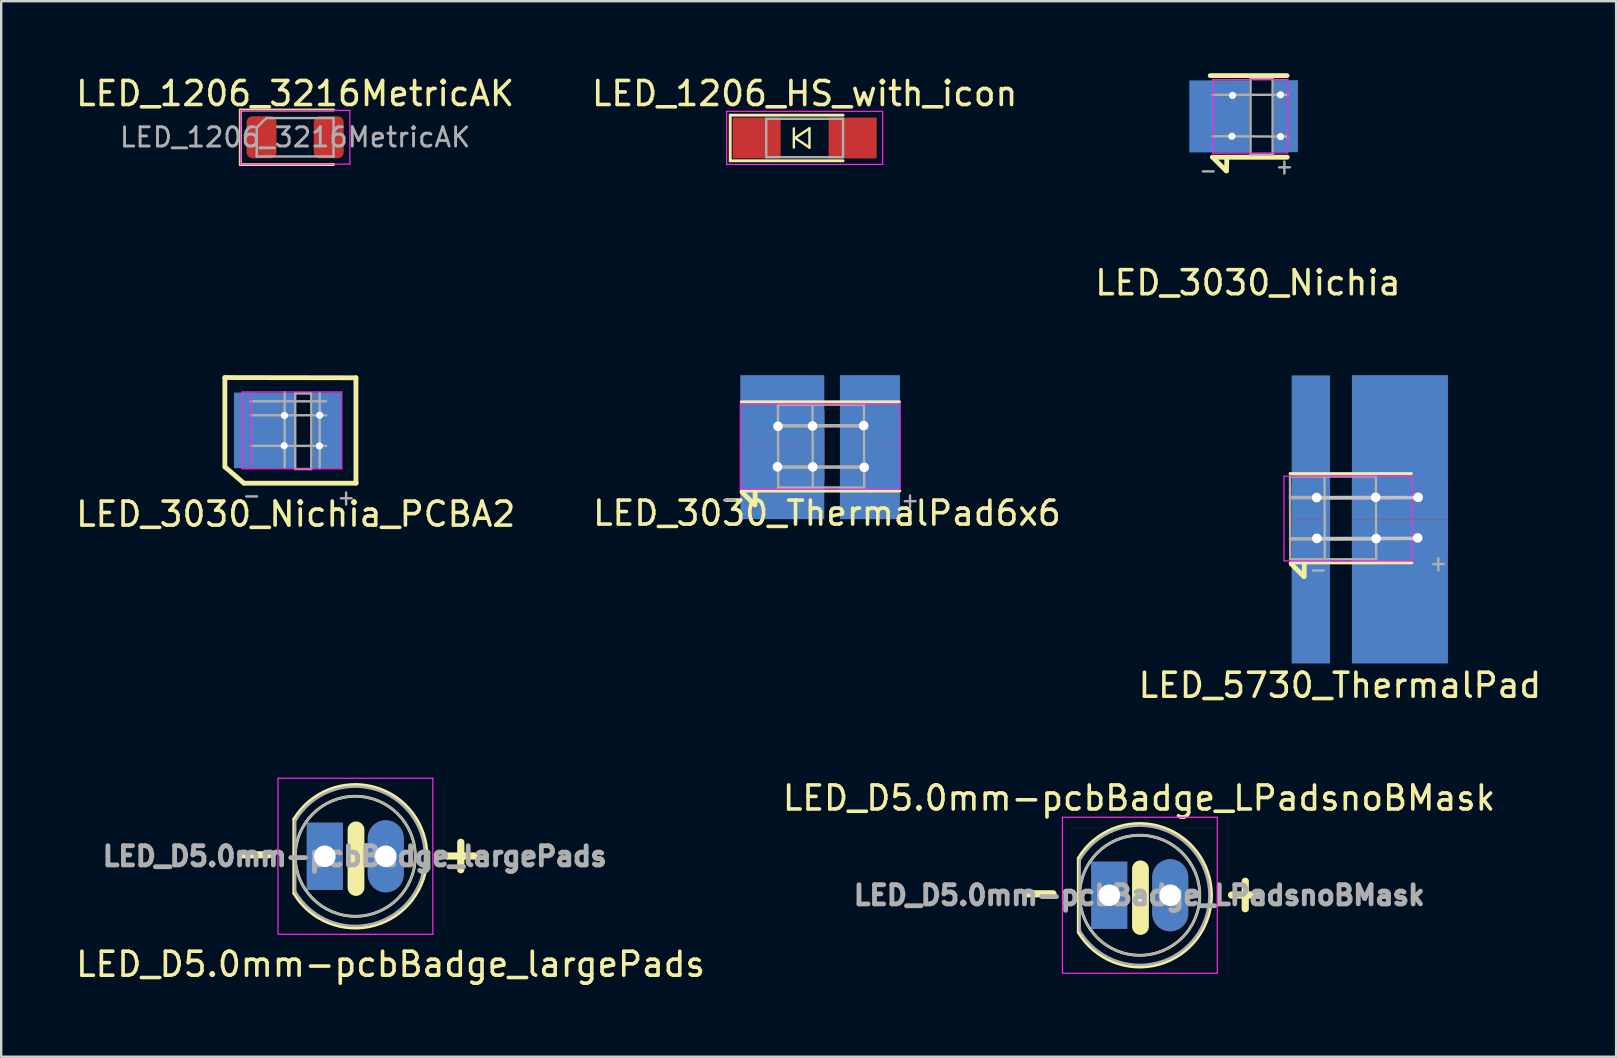
<source format=kicad_pcb>
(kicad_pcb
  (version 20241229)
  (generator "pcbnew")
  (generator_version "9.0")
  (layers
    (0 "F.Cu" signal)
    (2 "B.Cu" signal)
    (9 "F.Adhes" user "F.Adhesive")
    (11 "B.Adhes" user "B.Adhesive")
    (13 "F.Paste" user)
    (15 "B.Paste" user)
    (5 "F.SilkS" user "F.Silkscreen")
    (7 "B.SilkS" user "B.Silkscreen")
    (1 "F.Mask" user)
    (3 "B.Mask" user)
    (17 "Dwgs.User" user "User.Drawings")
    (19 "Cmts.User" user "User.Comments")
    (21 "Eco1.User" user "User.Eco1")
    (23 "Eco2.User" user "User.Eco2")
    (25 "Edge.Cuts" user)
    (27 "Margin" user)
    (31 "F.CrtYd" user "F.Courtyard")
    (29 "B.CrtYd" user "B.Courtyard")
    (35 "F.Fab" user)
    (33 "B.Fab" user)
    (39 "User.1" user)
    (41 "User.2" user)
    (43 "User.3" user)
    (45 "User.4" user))
  (footprint "LED_3030_Nichia_PCBA2"
    (layer "F.Cu")
    (at 8.848 14.898)
    (property "Reference" "LED_3030_Nichia_PCBA2" (at 0.42 3.47 0) (layer "F.SilkS") (effects (font (size 1 1) (thickness 0.15))))
    (attr smd)
    (fp_line (start -2.53 -2.22) (end -2.53 1.5) (stroke (width 0.2) (type solid)) (layer "F.SilkS"))
    (fp_line (start -1.74 2.18) (end -2.52 1.51) (stroke (width 0.2) (type solid)) (layer "F.SilkS"))
    (fp_line (start 2.93 -2.21) (end -2.53 -2.22) (stroke (width 0.2) (type solid)) (layer "F.SilkS"))
    (fp_line (start 2.93 -2.21) (end 2.93 2.18) (stroke (width 0.2) (type solid)) (layer "F.SilkS"))
    (fp_line (start 2.94 2.18) (end -1.73 2.18) (stroke (width 0.2) (type solid)) (layer "F.SilkS"))
    (fp_line (start -1.81 -1.62) (end -1.81 1.58) (stroke (width 0.05) (type solid)) (layer "F.CrtYd"))
    (fp_line (start -1.81 -1.62) (end 2.34 -1.62) (stroke (width 0.05) (type solid)) (layer "F.CrtYd"))
    (fp_line (start -1.81 1.58) (end 2.34 1.58) (stroke (width 0.05) (type solid)) (layer "F.CrtYd"))
    (fp_line (start -1.43 -1.53) (end -1.43 1.53) (stroke (width 0.05) (type solid)) (layer "F.CrtYd"))
    (fp_line (start 2.34 -1.62) (end 2.34 1.58) (stroke (width 0.05) (type solid)) (layer "F.CrtYd"))
    (fp_line (start -1.46 -1.23) (end 1.68 -1.23) (stroke (width 0.1) (type solid)) (layer "F.Fab"))
    (fp_line (start -1.45 -0.65) (end 1.69 -0.65) (stroke (width 0.1) (type solid)) (layer "F.Fab"))
    (fp_line (start -1.45 0.625) (end 1.69 0.625) (stroke (width 0.1) (type solid)) (layer "F.Fab"))
    (fp_line (start -1.19 2.73) (end -1.64 2.73) (stroke (width 0.1) (type solid)) (layer "F.Fab"))
    (fp_line (start -0.04 1.53) (end -0.04 -1.61) (stroke (width 0.1) (type solid)) (layer "F.Fab"))
    (fp_line (start 0.4 -1.56) (end 1.07 -1.56) (stroke (width 0.1) (type solid)) (layer "F.Fab"))
    (fp_line (start 0.4 1.59) (end 0.4 -1.56) (stroke (width 0.1) (type solid)) (layer "F.Fab"))
    (fp_line (start 1.07 -1.56) (end 1.07 1.59) (stroke (width 0.1) (type solid)) (layer "F.Fab"))
    (fp_line (start 1.07 1.59) (end 0.4 1.59) (stroke (width 0.1) (type solid)) (layer "F.Fab"))
    (fp_line (start 1.42 1.55) (end 1.42 -1.59) (stroke (width 0.1) (type solid)) (layer "F.Fab"))
    (fp_line (start 2.52 3.07) (end 2.52 2.57) (stroke (width 0.1) (type solid)) (layer "F.Fab"))
    (fp_line (start 2.75 2.81) (end 2.3 2.81) (stroke (width 0.1) (type solid)) (layer "F.Fab"))
    (pad "1" smd rect (at -1.49 -0.02 180) (size 0.6 3.15) (layers "F.Cu" "F.Mask" "F.Paste"))
    (pad "1" smd rect (at -0.9 -0.02) (size 2.5 3.15) (layers "B.Cu" "B.Mask" "B.Paste"))
    (pad "1" smd rect (at -0.42 -0.03 180) (size 1.55 2.3) (layers "F.Cu" "F.Mask" "F.Paste"))
    (pad "1" thru_hole circle (at -0.06 0.62) (size 0.4 0.4) (drill 0.3) (layers "*.Cu" "*.Mask"))
    (pad "1" thru_hole circle (at -0.05 -0.64) (size 0.4 0.4) (drill 0.3) (layers "*.Cu" "*.Mask"))
    (pad "2" thru_hole circle (at 1.41 0.63) (size 0.4 0.4) (drill 0.3) (layers "*.Cu" "*.Mask"))
    (pad "2" thru_hole circle (at 1.42 -0.65) (size 0.4 0.4) (drill 0.3) (layers "*.Cu" "*.Mask"))
    (pad "2" smd rect (at 1.42 -0.03 180) (size 0.6 2.3) (layers "F.Cu" "F.Mask" "F.Paste"))
    (pad "2" smd rect (at 1.72 -0.02) (size 1.2 3.15) (layers "B.Cu" "B.Mask" "B.Paste"))
    (pad "2" smd rect (at 2.02 -0.02 180) (size 0.6 3.15) (layers "F.Cu" "F.Mask" "F.Paste")))
  (footprint "LED_D5.0mm-pcbBadge_largePads"
    (layer "F.Cu")
    (at 10.48 32.621)
    (property "Reference" "LED_D5.0mm-pcbBadge_largePads" (at 2.74 4.5 0) (layer "F.SilkS") (effects (font (size 1 1) (thickness 0.15))))
    (attr through_hole)
    (fp_line (start -1.29 -1.545) (end -1.29 1.545) (stroke (width 0.12) (type solid)) (layer "F.SilkS"))
    (fp_line (start 1.3 -1.1) (end 1.3 1.3) (stroke (width 0.7) (type default)) (layer "F.SilkS"))
    (fp_arc (start -1.29 -1.54483) (mid 2.072002 -2.880433) (end 4.26 0.000462) (stroke (width 0.12) (type solid)) (layer "F.SilkS"))
    (fp_arc (start 4.26 -0.000462) (mid 2.072002 2.880433) (end -1.29 1.54483) (stroke (width 0.12) (type solid)) (layer "F.SilkS"))
    (fp_circle (center 1.27 0) (end 3.77 0) (stroke (width 0.12) (type solid)) (fill no) (layer "F.SilkS"))
    (fp_line (start -1.95 -3.25) (end -1.95 3.25) (stroke (width 0.05) (type solid)) (layer "F.CrtYd"))
    (fp_line (start -1.95 3.25) (end 4.5 3.25) (stroke (width 0.05) (type solid)) (layer "F.CrtYd"))
    (fp_line (start 4.5 -3.25) (end -1.95 -3.25) (stroke (width 0.05) (type solid)) (layer "F.CrtYd"))
    (fp_line (start 4.5 3.25) (end 4.5 -3.25) (stroke (width 0.05) (type solid)) (layer "F.CrtYd"))
    (fp_line (start -1.23 -1.47) (end -1.23 1.47) (stroke (width 0.1) (type solid)) (layer "F.Fab"))
    (fp_arc (start -1.23 -1.469694) (mid 4.17 0.000016) (end -1.230016 1.469666) (stroke (width 0.1) (type solid)) (layer "F.Fab"))
    (fp_circle (center 1.27 0) (end 3.77 0) (stroke (width 0.1) (type solid)) (fill no) (layer "F.Fab"))
    (fp_text user "+" (at 4.54 0.76 0) (unlocked yes) (layer "F.SilkS") (effects (font (size 1.5 1.5) (thickness 0.3) (bold yes)) (justify left bottom)))
    (fp_text user "-" (at -4.04 0.71 0) (unlocked yes) (layer "F.SilkS") (effects (font (size 1.5 1.5) (thickness 0.3) (bold yes)) (justify left bottom)))
    (fp_text user "${REFERENCE}" (at 1.25 0 0) (layer "F.Fab") (effects (font (size 0.8 0.8) (thickness 0.2))))
    (pad "1" thru_hole rect (at 0 0) (size 1.5 2.8) (drill 0.9) (layers "*.Cu" "*.Mask"))
    (pad "2" thru_hole oval (at 2.54 0) (size 1.5 3) (drill 0.9) (layers "*.Cu" "*.Mask")))
  (footprint "LED_5730_ThermalPad"
    (layer "F.Cu")
    (at 52.728 18.568)
    (property "Reference" "LED_5730_ThermalPad" (at 0.04 6.93 0) (layer "F.SilkS") (effects (font (size 1 1) (thickness 0.15))))
    (attr smd)
    (fp_line (start -1.46 2.4) (end -1.99 1.87) (stroke (width 0.2) (type solid)) (layer "F.SilkS"))
    (fp_line (start -1.44 1.87) (end -1.45 2.4) (stroke (width 0.2) (type solid)) (layer "F.SilkS"))
    (fp_line (start 3.02 -1.89) (end -2.04 -1.89) (stroke (width 0.12) (type solid)) (layer "F.SilkS"))
    (fp_line (start 3.04 1.83) (end -2.03 1.83) (stroke (width 0.12) (type solid)) (layer "F.SilkS"))
    (fp_line (start -0.92 -0.88) (end 3.34 -0.89) (stroke (width 0.15) (type solid)) (layer "Dwgs.User"))
    (fp_line (start -0.9 0.82) (end 3.36 0.81) (stroke (width 0.15) (type solid)) (layer "Dwgs.User"))
    (fp_line (start -2.29 -1.78) (end 3.05 -1.8) (stroke (width 0.05) (type solid)) (layer "F.CrtYd"))
    (fp_line (start -2.29 1.75) (end -2.29 -1.78) (stroke (width 0.05) (type solid)) (layer "F.CrtYd"))
    (fp_line (start -2.29 1.75) (end 3.05 1.75) (stroke (width 0.05) (type solid)) (layer "F.CrtYd"))
    (fp_line (start 3.05 -1.8) (end 3.05 1.75) (stroke (width 0.05) (type solid)) (layer "F.CrtYd"))
    (fp_line (start -2.04 -1.77) (end 1.54 -1.77) (stroke (width 0.1) (type solid)) (layer "F.Fab"))
    (fp_line (start -2.03 1.67) (end -2.04 -1.77) (stroke (width 0.1) (type solid)) (layer "F.Fab"))
    (fp_line (start -2.02 -0.89) (end 1.54 -0.89) (stroke (width 0.15) (type solid)) (layer "F.Fab"))
    (fp_line (start -2.02 0.83) (end 1.54 0.83) (stroke (width 0.15) (type solid)) (layer "F.Fab"))
    (fp_line (start -0.63 2.15) (end -1.08 2.15) (stroke (width 0.1) (type solid)) (layer "F.Fab"))
    (fp_line (start -0.59 1.68) (end -0.6 -1.76) (stroke (width 0.1) (type solid)) (layer "F.Fab"))
    (fp_line (start 1.54 -1.76) (end 1.55 1.68) (stroke (width 0.1) (type solid)) (layer "F.Fab"))
    (fp_line (start 1.55 1.68) (end -2.04 1.68) (stroke (width 0.1) (type solid)) (layer "F.Fab"))
    (fp_line (start 4.14 2.14) (end 4.14 1.64) (stroke (width 0.1) (type solid)) (layer "F.Fab"))
    (fp_line (start 4.37 1.88) (end 3.92 1.88) (stroke (width 0.1) (type solid)) (layer "F.Fab"))
    (pad "1" smd rect (at -1.17 -2.98) (size 1.6 6) (layers "B.Cu" "B.Mask" "B.Paste"))
    (pad "1" smd rect (at -1.17 0.01 180) (size 1.6 3) (layers "F.Cu" "F.Mask" "F.Paste"))
    (pad "1" smd rect (at -1.17 3.02) (size 1.6 6) (layers "B.Cu" "B.Mask" "B.Paste"))
    (pad "1" thru_hole circle (at -0.93 -0.89) (size 0.8 0.8) (drill 0.4) (layers "*.Cu" "*.Mask"))
    (pad "1" thru_hole circle (at -0.92 0.81) (size 0.8 0.8) (drill 0.4) (layers "*.Cu" "*.Mask"))
    (pad "1" thru_hole circle (at 3.28 0.79) (size 0.8 0.8) (drill 0.4) (layers "*.Cu" "*.Mask"))
    (pad "1" thru_hole circle (at 3.3 -0.9) (size 0.8 0.8) (drill 0.4) (layers "*.Cu" "*.Mask"))
    (pad "2" thru_hole circle (at 1.53 -0.9) (size 0.8 0.8) (drill 0.4) (layers "*.Cu" "*.Mask"))
    (pad "2" thru_hole circle (at 1.55 0.82) (size 0.8 0.8) (drill 0.4) (layers "*.Cu" "*.Mask"))
    (pad "2" smd rect (at 2.54 -2.99) (size 4 6) (layers "B.Cu" "B.Mask" "B.Paste"))
    (pad "2" smd rect (at 2.54 -0.02 180) (size 4 3) (layers "F.Cu" "F.Mask" "F.Paste"))
    (pad "2" smd rect (at 2.54 3.02) (size 4 6) (layers "B.Cu" "B.Mask" "B.Paste")))
  (footprint "LED_1206_HS_with_icon"
    (layer "F.Cu")
    (at 30.47 2.698)
    (property "Reference" "LED_1206_HS_with_icon" (at 0 -1.85 0) (layer "F.SilkS") (effects (font (size 1 1) (thickness 0.15))))
    (attr smd)
    (fp_line (start -3.1 -0.95) (end -3.1 0.95) (stroke (width 0.12) (type solid)) (layer "F.SilkS"))
    (fp_line (start -3.1 -0.95) (end 1.6 -0.95) (stroke (width 0.12) (type solid)) (layer "F.SilkS"))
    (fp_line (start -3.1 0.95) (end 1.6 0.95) (stroke (width 0.12) (type solid)) (layer "F.SilkS"))
    (fp_line (start -0.45 -0.4) (end -0.45 0.4) (stroke (width 0.1) (type solid)) (layer "F.SilkS"))
    (fp_line (start -0.4 0) (end 0.2 -0.4) (stroke (width 0.1) (type solid)) (layer "F.SilkS"))
    (fp_line (start 0.2 -0.4) (end 0.2 0.4) (stroke (width 0.1) (type solid)) (layer "F.SilkS"))
    (fp_line (start 0.2 0.4) (end -0.4 0) (stroke (width 0.1) (type solid)) (layer "F.SilkS"))
    (fp_line (start -3.25 -1.11) (end -3.25 1.1) (stroke (width 0.05) (type solid)) (layer "F.CrtYd"))
    (fp_line (start -3.25 -1.11) (end 3.25 -1.11) (stroke (width 0.05) (type solid)) (layer "F.CrtYd"))
    (fp_line (start 3.25 1.1) (end -3.25 1.1) (stroke (width 0.05) (type solid)) (layer "F.CrtYd"))
    (fp_line (start 3.25 1.1) (end 3.25 -1.11) (stroke (width 0.05) (type solid)) (layer "F.CrtYd"))
    (fp_line (start -1.6 -0.8) (end 1.6 -0.8) (stroke (width 0.1) (type solid)) (layer "F.Fab"))
    (fp_line (start -1.6 0.8) (end -1.6 -0.8) (stroke (width 0.1) (type solid)) (layer "F.Fab"))
    (fp_line (start 1.6 -0.8) (end 1.6 0.8) (stroke (width 0.1) (type solid)) (layer "F.Fab"))
    (fp_line (start 1.6 0.8) (end -1.6 0.8) (stroke (width 0.1) (type solid)) (layer "F.Fab"))
    (pad "1" smd rect (at -2 0) (size 2 1.7) (layers "F.Cu" "F.Mask" "F.Paste"))
    (pad "2" smd rect (at 2 0) (size 2 1.7) (layers "F.Cu" "F.Mask" "F.Paste")))
  (footprint "LED_3030_Nichia"
    (layer "F.Cu")
    (at 48.895 1.8)
    (property "Reference" "LED_3030_Nichia" (at 0.04 6.93 0) (layer "F.SilkS") (effects (font (size 1 1) (thickness 0.15))))
    (attr smd)
    (fp_line (start -0.86 2.27) (end -1.39 1.74) (stroke (width 0.2) (type solid)) (layer "F.SilkS"))
    (fp_line (start -0.84 1.74) (end -0.85 2.27) (stroke (width 0.2) (type solid)) (layer "F.SilkS"))
    (fp_line (start 1.67 -1.7) (end -1.53 -1.7) (stroke (width 0.2) (type solid)) (layer "F.SilkS"))
    (fp_line (start 1.68 1.7) (end -1.44 1.7) (stroke (width 0.2) (type solid)) (layer "F.SilkS"))
    (fp_line (start -1.43 -1.53) (end -1.43 1.53) (stroke (width 0.05) (type solid)) (layer "F.CrtYd"))
    (fp_line (start -1.43 -1.53) (end 1.7 -1.54) (stroke (width 0.05) (type solid)) (layer "F.CrtYd"))
    (fp_line (start -1.43 1.53) (end 1.7 1.52) (stroke (width 0.05) (type solid)) (layer "F.CrtYd"))
    (fp_line (start 1.7 -1.54) (end 1.7 1.52) (stroke (width 0.05) (type solid)) (layer "F.CrtYd"))
    (fp_line (start -1.45 -0.9) (end 1.69 -0.9) (stroke (width 0.1) (type solid)) (layer "F.Fab"))
    (fp_line (start -1.45 0.825) (end 1.69 0.84) (stroke (width 0.1) (type solid)) (layer "F.Fab"))
    (fp_line (start -1.39 2.29) (end -1.84 2.29) (stroke (width 0.1) (type solid)) (layer "F.Fab"))
    (fp_line (start 0.15 -1.56) (end 1.07 -1.56) (stroke (width 0.1) (type solid)) (layer "F.Fab"))
    (fp_line (start 0.15 1.59) (end 0.15 -1.56) (stroke (width 0.1) (type solid)) (layer "F.Fab"))
    (fp_line (start 1.07 -1.56) (end 1.07 1.59) (stroke (width 0.1) (type solid)) (layer "F.Fab"))
    (fp_line (start 1.07 1.59) (end 0.15 1.59) (stroke (width 0.1) (type solid)) (layer "F.Fab"))
    (fp_line (start 1.56 2.38) (end 1.56 1.88) (stroke (width 0.1) (type solid)) (layer "F.Fab"))
    (fp_line (start 1.79 2.12) (end 1.34 2.12) (stroke (width 0.1) (type solid)) (layer "F.Fab"))
    (pad "1" smd rect (at -1.15 0) (size 2.5 3) (layers "B.Cu" "B.Mask" "B.Paste"))
    (pad "1" smd rect (at -0.65 0 180) (size 1.5 3) (layers "F.Cu" "F.Mask" "F.Paste"))
    (pad "1" thru_hole circle (at -0.625 0.825) (size 0.4 0.4) (drill 0.3) (layers "*.Cu" "*.Mask"))
    (pad "1" thru_hole circle (at -0.6 -0.875) (size 0.4 0.4) (drill 0.3) (layers "*.Cu" "*.Mask"))
    (pad "2" thru_hole circle (at 1.4 -0.9) (size 0.4 0.4) (drill 0.3) (layers "*.Cu" "*.Mask"))
    (pad "2" smd rect (at 1.4 -0.01 180) (size 0.55 3) (layers "F.Cu" "F.Mask" "F.Paste"))
    (pad "2" thru_hole circle (at 1.4 0.84) (size 0.4 0.4) (drill 0.3) (layers "*.Cu" "*.Mask"))
    (pad "2" smd rect (at 1.625 -0.01) (size 1 3) (layers "B.Cu" "B.Mask" "B.Paste")))
  (footprint "LED_1206_3216MetricAK"
    (layer "F.Cu")
    (at 9.244 2.668)
    (property "Reference" "LED_1206_3216MetricAK" (at 0 -1.82 0) (layer "F.SilkS") (effects (font (size 1 1) (thickness 0.15))))
    (attr smd)
    (fp_line (start -2.285 -1.135) (end -2.285 1.135) (stroke (width 0.12) (type solid)) (layer "F.SilkS"))
    (fp_line (start -2.285 1.135) (end 1.6 1.135) (stroke (width 0.12) (type solid)) (layer "F.SilkS"))
    (fp_line (start 1.6 -1.135) (end -2.285 -1.135) (stroke (width 0.12) (type solid)) (layer "F.SilkS"))
    (fp_line (start -2.28 -1.12) (end 2.28 -1.12) (stroke (width 0.05) (type solid)) (layer "F.CrtYd"))
    (fp_line (start -2.28 1.12) (end -2.28 -1.12) (stroke (width 0.05) (type solid)) (layer "F.CrtYd"))
    (fp_line (start 2.28 -1.12) (end 2.28 1.12) (stroke (width 0.05) (type solid)) (layer "F.CrtYd"))
    (fp_line (start 2.28 1.12) (end -2.28 1.12) (stroke (width 0.05) (type solid)) (layer "F.CrtYd"))
    (fp_line (start -1.6 -0.4) (end -1.6 0.8) (stroke (width 0.1) (type solid)) (layer "F.Fab"))
    (fp_line (start -1.6 0.8) (end 1.6 0.8) (stroke (width 0.1) (type solid)) (layer "F.Fab"))
    (fp_line (start -1.2 -0.8) (end -1.6 -0.4) (stroke (width 0.1) (type solid)) (layer "F.Fab"))
    (fp_line (start 1.6 -0.8) (end -1.2 -0.8) (stroke (width 0.1) (type solid)) (layer "F.Fab"))
    (fp_line (start 1.6 0.8) (end 1.6 -0.8) (stroke (width 0.1) (type solid)) (layer "F.Fab"))
    (fp_text user "${REFERENCE}" (at 0 0 0) (layer "F.Fab") (effects (font (size 0.8 0.8) (thickness 0.12))))
    (pad "A" smd roundrect (at 1.4 0) (size 1.25 1.75) (layers "F.Cu" "F.Mask" "F.Paste") (roundrect_rratio 0.2))
    (pad "K" smd roundrect (at -1.4 0) (size 1.25 1.75) (layers "F.Cu" "F.Mask" "F.Paste") (roundrect_rratio 0.2)))
  (footprint "LED_3030_ThermalPad6x6"
    (layer "F.Cu")
    (at 31.399 15.578)
    (property "Reference" "LED_3030_ThermalPad6x6" (at 0 2.75 0) (layer "F.SilkS") (effects (font (size 1 1) (thickness 0.15))))
    (attr smd)
    (fp_line (start -3.01 2.4) (end -3.54 1.87) (stroke (width 0.2) (type solid)) (layer "F.SilkS"))
    (fp_line (start -2.99 1.87) (end -3 2.4) (stroke (width 0.2) (type solid)) (layer "F.SilkS"))
    (fp_line (start 3.02 -1.89) (end -3.57 -1.89) (stroke (width 0.12) (type solid)) (layer "F.SilkS"))
    (fp_line (start 3.04 1.83) (end -3.57 1.83) (stroke (width 0.12) (type solid)) (layer "F.SilkS"))
    (fp_line (start -3.61 -1.8) (end 3.05 -1.8) (stroke (width 0.05) (type solid)) (layer "F.CrtYd"))
    (fp_line (start -3.61 1.75) (end -3.61 -1.8) (stroke (width 0.05) (type solid)) (layer "F.CrtYd"))
    (fp_line (start -3.61 1.75) (end 3.05 1.75) (stroke (width 0.05) (type solid)) (layer "F.CrtYd"))
    (fp_line (start 3.05 -1.8) (end 3.05 1.75) (stroke (width 0.05) (type solid)) (layer "F.CrtYd"))
    (fp_line (start -3.83 2.21) (end -4.28 2.21) (stroke (width 0.1) (type solid)) (layer "F.Fab"))
    (fp_line (start -2.04 -1.77) (end 1.54 -1.77) (stroke (width 0.1) (type solid)) (layer "F.Fab"))
    (fp_line (start -2.03 1.67) (end -2.04 -1.77) (stroke (width 0.1) (type solid)) (layer "F.Fab"))
    (fp_line (start -2.02 -0.89) (end 1.54 -0.89) (stroke (width 0.15) (type solid)) (layer "F.Fab"))
    (fp_line (start -2.02 0.83) (end 1.54 0.83) (stroke (width 0.15) (type solid)) (layer "F.Fab"))
    (fp_line (start -0.59 1.68) (end -0.6 -1.76) (stroke (width 0.1) (type solid)) (layer "F.Fab"))
    (fp_line (start 1.54 -1.76) (end 1.55 1.68) (stroke (width 0.1) (type solid)) (layer "F.Fab"))
    (fp_line (start 1.55 1.68) (end -2.04 1.68) (stroke (width 0.1) (type solid)) (layer "F.Fab"))
    (fp_line (start 3.46 2.51) (end 3.46 2.01) (stroke (width 0.1) (type solid)) (layer "F.Fab"))
    (fp_line (start 3.69 2.25) (end 3.24 2.25) (stroke (width 0.1) (type solid)) (layer "F.Fab"))
    (pad "1" thru_hole circle (at -2.06 0.82) (size 0.8 0.8) (drill 0.4) (layers "*.Cu" "*.Mask"))
    (pad "1" thru_hole circle (at -2.04 -0.87) (size 0.8 0.8) (drill 0.4) (layers "*.Cu" "*.Mask"))
    (pad "1" smd rect (at -1.86 -1.5) (size 3.5 3) (layers "B.Cu" "B.Mask" "B.Paste"))
    (pad "1" smd rect (at -1.86 1.5) (size 3.5 3) (layers "B.Cu" "B.Mask" "B.Paste"))
    (pad "1" smd rect (at -1.85 -0.03 180) (size 3.5 3) (layers "F.Cu" "F.Mask" "F.Paste"))
    (pad "1" thru_hole circle (at -0.6 -0.88) (size 0.8 0.8) (drill 0.4) (layers "*.Cu" "*.Mask"))
    (pad "1" thru_hole circle (at -0.59 0.82) (size 0.8 0.8) (drill 0.4) (layers "*.Cu" "*.Mask"))
    (pad "2" thru_hole circle (at 1.53 -0.9) (size 0.8 0.8) (drill 0.4) (layers "*.Cu" "*.Mask"))
    (pad "2" thru_hole circle (at 1.55 0.84) (size 0.8 0.8) (drill 0.4) (layers "*.Cu" "*.Mask"))
    (pad "2" smd rect (at 1.79 -1.5) (size 2.5 3) (layers "B.Cu" "B.Mask" "B.Paste"))
    (pad "2" smd rect (at 1.79 1.5) (size 2.5 3) (layers "B.Cu" "B.Mask" "B.Paste"))
    (pad "2" smd rect (at 1.8 -0.01 180) (size 2.5 3) (layers "F.Cu" "F.Mask" "F.Paste")))
  (footprint "LED_D5.0mm-pcbBadge_LPadsnoBMask"
    (layer "F.Cu")
    (at 43.159 34.245)
    (property "Reference" "LED_D5.0mm-pcbBadge_LPadsnoBMask" (at 1.24 -4.05 0) (layer "F.SilkS") (effects (font (size 1 1) (thickness 0.15))))
    (attr through_hole)
    (fp_line (start -1.29 -1.545) (end -1.29 1.545) (stroke (width 0.12) (type solid)) (layer "F.SilkS"))
    (fp_line (start 1.3 -1.1) (end 1.3 1.3) (stroke (width 0.7) (type default)) (layer "F.SilkS"))
    (fp_arc (start -1.29 -1.54483) (mid 2.072002 -2.880433) (end 4.26 0.000462) (stroke (width 0.12) (type solid)) (layer "F.SilkS"))
    (fp_arc (start 4.26 -0.000462) (mid 2.072002 2.880433) (end -1.29 1.54483) (stroke (width 0.12) (type solid)) (layer "F.SilkS"))
    (fp_circle (center 1.27 0) (end 3.77 0) (stroke (width 0.12) (type solid)) (fill no) (layer "F.SilkS"))
    (fp_line (start -1.95 -3.25) (end -1.95 3.25) (stroke (width 0.05) (type solid)) (layer "F.CrtYd"))
    (fp_line (start -1.95 3.25) (end 4.5 3.25) (stroke (width 0.05) (type solid)) (layer "F.CrtYd"))
    (fp_line (start 4.5 -3.25) (end -1.95 -3.25) (stroke (width 0.05) (type solid)) (layer "F.CrtYd"))
    (fp_line (start 4.5 3.25) (end 4.5 -3.25) (stroke (width 0.05) (type solid)) (layer "F.CrtYd"))
    (fp_line (start -1.23 -1.47) (end -1.23 1.47) (stroke (width 0.1) (type solid)) (layer "F.Fab"))
    (fp_arc (start -1.23 -1.469694) (mid 4.17 0.000016) (end -1.230016 1.469666) (stroke (width 0.1) (type solid)) (layer "F.Fab"))
    (fp_circle (center 1.27 0) (end 3.77 0) (stroke (width 0.1) (type solid)) (fill no) (layer "F.Fab"))
    (fp_text user "+" (at 4.54 0.76 0) (unlocked yes) (layer "F.SilkS") (effects (font (size 1.5 1.5) (thickness 0.3) (bold yes)) (justify left bottom)))
    (fp_text user "-" (at -4.04 0.71 0) (unlocked yes) (layer "F.SilkS") (effects (font (size 1.5 1.5) (thickness 0.3) (bold yes)) (justify left bottom)))
    (fp_text user "${REFERENCE}" (at 1.25 0 0) (layer "F.Fab") (effects (font (size 0.8 0.8) (thickness 0.2))))
    (pad "1" thru_hole rect (at 0 0) (size 1.5 2.8) (drill 0.9) (layers "*.Cu" "F.Mask"))
    (pad "2" thru_hole oval (at 2.54 0) (size 1.5 3) (drill 0.9) (layers "*.Cu" "F.Mask")))
  (gr_rect
    (start -3 -3)
    (end 64.274 40.97)
    (stroke (width 0.1) (type default))
    (fill no)
    (layer "Edge.Cuts")))
</source>
